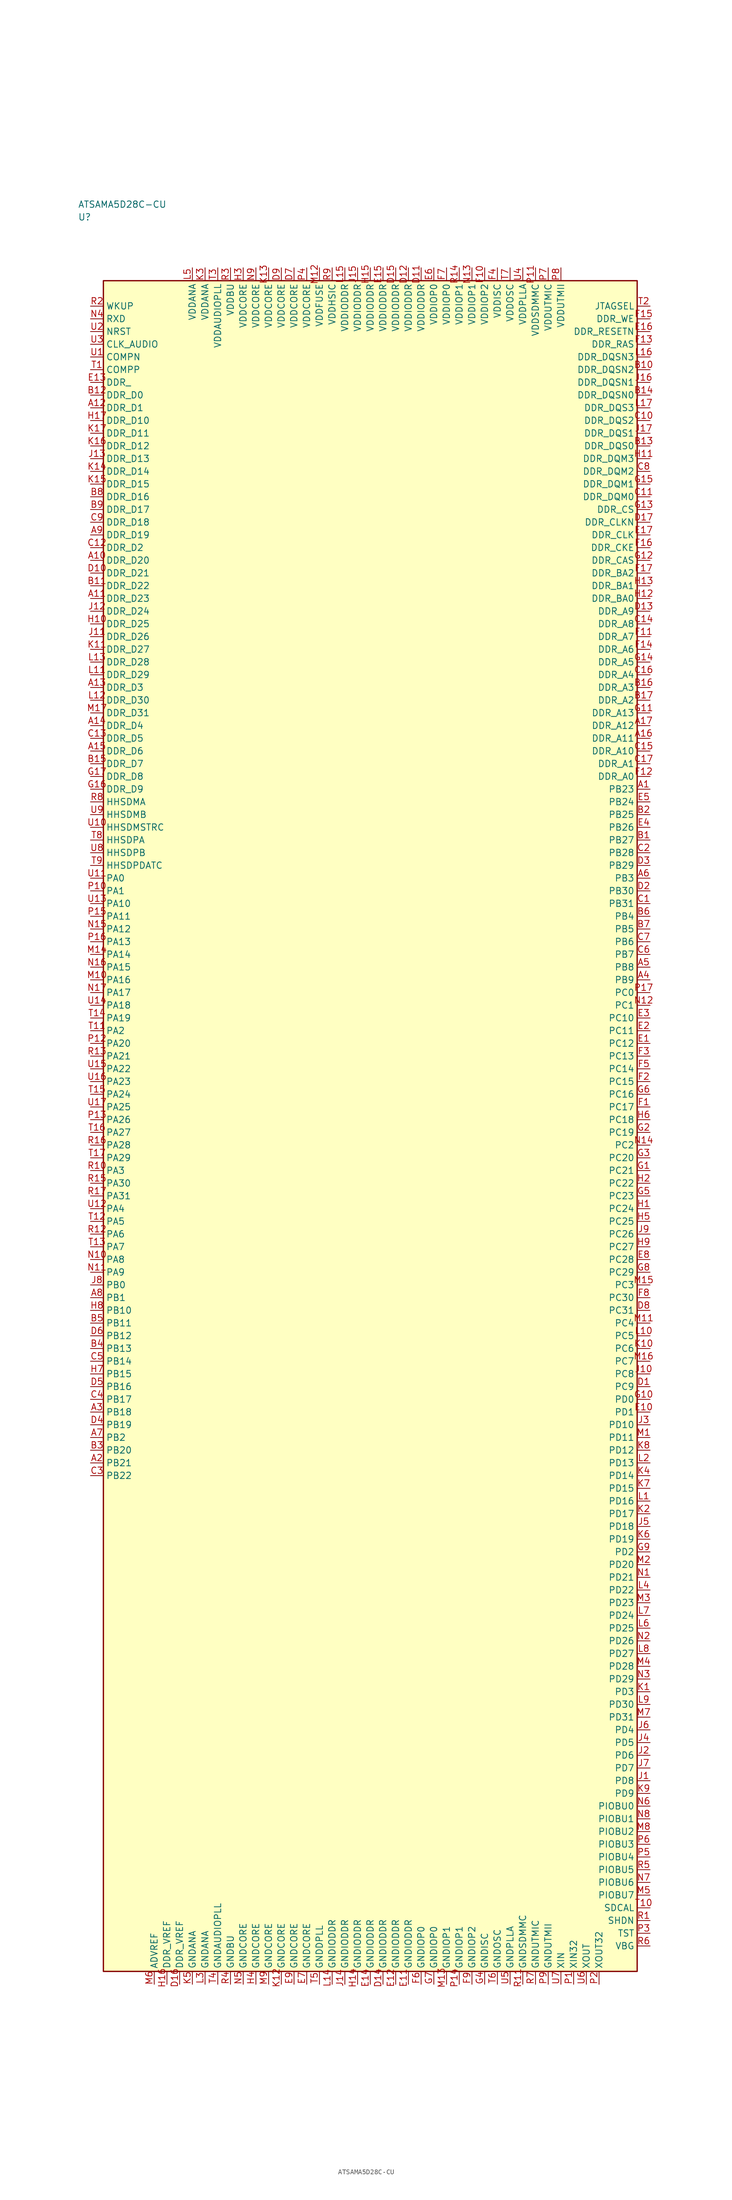
<source format=kicad_sym>
(kicad_symbol_lib
  (version 20241025)
  (generator "kicad_symbol_editor")
  (generator_version "8.0")
  (symbol "ATSAMA5D28C-CU"
    (property "Reference" "U"
      (at -57.5 178.75 0)
      (effects (font (size 1.27 1.27)) (justify left)))
    (property "Value" "ATSAMA5D28C-CU"
      (at -57.5 181.25 0)
      (effects (font (size 1.27 1.27)) (justify left)))
    (symbol "ATSAMA5D28C-CU_0_1"
      (rectangle (start -52.5 166.25) (end 52.5 -166.25) (stroke (width 0.254) (type default)) (fill (type background))))
    (symbol "ATSAMA5D28C-CU_1_1"
      (pin bidirectional line (at -55.04 48.75 0.0) (length 2.54) (name "PA0" (effects (font (size 1.27 1.27)))) (number "U11" (effects (font (size 1.27 1.27)))))
      (pin bidirectional line (at -55.04 46.25 0.0) (length 2.54) (name "PA1" (effects (font (size 1.27 1.27)))) (number "P10" (effects (font (size 1.27 1.27)))))
      (pin bidirectional line (at -55.04 18.75 0.0) (length 2.54) (name "PA2" (effects (font (size 1.27 1.27)))) (number "T11" (effects (font (size 1.27 1.27)))))
      (pin bidirectional line (at -55.04 -8.75 0.0) (length 2.54) (name "PA3" (effects (font (size 1.27 1.27)))) (number "R10" (effects (font (size 1.27 1.27)))))
      (pin bidirectional line (at -55.04 -16.25 0.0) (length 2.54) (name "PA4" (effects (font (size 1.27 1.27)))) (number "U12" (effects (font (size 1.27 1.27)))))
      (pin bidirectional line (at -55.04 -18.75 0.0) (length 2.54) (name "PA5" (effects (font (size 1.27 1.27)))) (number "T12" (effects (font (size 1.27 1.27)))))
      (pin bidirectional line (at -55.04 -21.25 0.0) (length 2.54) (name "PA6" (effects (font (size 1.27 1.27)))) (number "R12" (effects (font (size 1.27 1.27)))))
      (pin bidirectional line (at -55.04 -23.75 0.0) (length 2.54) (name "PA7" (effects (font (size 1.27 1.27)))) (number "T13" (effects (font (size 1.27 1.27)))))
      (pin bidirectional line (at -55.04 -26.25 0.0) (length 2.54) (name "PA8" (effects (font (size 1.27 1.27)))) (number "N10" (effects (font (size 1.27 1.27)))))
      (pin bidirectional line (at -55.04 -28.75 0.0) (length 2.54) (name "PA9" (effects (font (size 1.27 1.27)))) (number "N11" (effects (font (size 1.27 1.27)))))
      (pin bidirectional line (at -55.04 43.75 0.0) (length 2.54) (name "PA10" (effects (font (size 1.27 1.27)))) (number "U13" (effects (font (size 1.27 1.27)))))
      (pin bidirectional line (at -55.04 41.25 0.0) (length 2.54) (name "PA11" (effects (font (size 1.27 1.27)))) (number "P15" (effects (font (size 1.27 1.27)))))
      (pin bidirectional line (at -55.04 38.75 0.0) (length 2.54) (name "PA12" (effects (font (size 1.27 1.27)))) (number "N15" (effects (font (size 1.27 1.27)))))
      (pin bidirectional line (at -55.04 36.25 0.0) (length 2.54) (name "PA13" (effects (font (size 1.27 1.27)))) (number "P16" (effects (font (size 1.27 1.27)))))
      (pin bidirectional line (at -55.04 33.75 0.0) (length 2.54) (name "PA14" (effects (font (size 1.27 1.27)))) (number "M14" (effects (font (size 1.27 1.27)))))
      (pin bidirectional line (at -55.04 31.25 0.0) (length 2.54) (name "PA15" (effects (font (size 1.27 1.27)))) (number "N16" (effects (font (size 1.27 1.27)))))
      (pin bidirectional line (at -55.04 28.75 0.0) (length 2.54) (name "PA16" (effects (font (size 1.27 1.27)))) (number "M10" (effects (font (size 1.27 1.27)))))
      (pin bidirectional line (at -55.04 26.25 0.0) (length 2.54) (name "PA17" (effects (font (size 1.27 1.27)))) (number "N17" (effects (font (size 1.27 1.27)))))
      (pin bidirectional line (at -55.04 23.75 0.0) (length 2.54) (name "PA18" (effects (font (size 1.27 1.27)))) (number "U14" (effects (font (size 1.27 1.27)))))
      (pin bidirectional line (at -55.04 21.25 0.0) (length 2.54) (name "PA19" (effects (font (size 1.27 1.27)))) (number "T14" (effects (font (size 1.27 1.27)))))
      (pin bidirectional line (at -55.04 16.25 0.0) (length 2.54) (name "PA20" (effects (font (size 1.27 1.27)))) (number "P12" (effects (font (size 1.27 1.27)))))
      (pin bidirectional line (at -55.04 13.75 0.0) (length 2.54) (name "PA21" (effects (font (size 1.27 1.27)))) (number "R13" (effects (font (size 1.27 1.27)))))
      (pin bidirectional line (at -55.04 11.25 0.0) (length 2.54) (name "PA22" (effects (font (size 1.27 1.27)))) (number "U15" (effects (font (size 1.27 1.27)))))
      (pin bidirectional line (at -55.04 8.75 0.0) (length 2.54) (name "PA23" (effects (font (size 1.27 1.27)))) (number "U16" (effects (font (size 1.27 1.27)))))
      (pin bidirectional line (at -55.04 6.25 0.0) (length 2.54) (name "PA24" (effects (font (size 1.27 1.27)))) (number "T15" (effects (font (size 1.27 1.27)))))
      (pin bidirectional line (at -55.04 3.75 0.0) (length 2.54) (name "PA25" (effects (font (size 1.27 1.27)))) (number "U17" (effects (font (size 1.27 1.27)))))
      (pin bidirectional line (at -55.04 1.25 0.0) (length 2.54) (name "PA26" (effects (font (size 1.27 1.27)))) (number "P13" (effects (font (size 1.27 1.27)))))
      (pin bidirectional line (at -55.04 -1.25 0.0) (length 2.54) (name "PA27" (effects (font (size 1.27 1.27)))) (number "T16" (effects (font (size 1.27 1.27)))))
      (pin bidirectional line (at -55.04 -3.75 0.0) (length 2.54) (name "PA28" (effects (font (size 1.27 1.27)))) (number "R16" (effects (font (size 1.27 1.27)))))
      (pin bidirectional line (at -55.04 -6.25 0.0) (length 2.54) (name "PA29" (effects (font (size 1.27 1.27)))) (number "T17" (effects (font (size 1.27 1.27)))))
      (pin bidirectional line (at -55.04 -11.25 0.0) (length 2.54) (name "PA30" (effects (font (size 1.27 1.27)))) (number "R15" (effects (font (size 1.27 1.27)))))
      (pin bidirectional line (at -55.04 -13.75 0.0) (length 2.54) (name "PA31" (effects (font (size 1.27 1.27)))) (number "R17" (effects (font (size 1.27 1.27)))))
      (pin bidirectional line (at -55.04 -31.25 0.0) (length 2.54) (name "PB0" (effects (font (size 1.27 1.27)))) (number "J8" (effects (font (size 1.27 1.27)))))
      (pin bidirectional line (at -55.04 -33.75 0.0) (length 2.54) (name "PB1" (effects (font (size 1.27 1.27)))) (number "A8" (effects (font (size 1.27 1.27)))))
      (pin bidirectional line (at -55.04 -61.25 0.0) (length 2.54) (name "PB2" (effects (font (size 1.27 1.27)))) (number "A7" (effects (font (size 1.27 1.27)))))
      (pin bidirectional line (at 55.04 48.75 180.0) (length 2.54) (name "PB3" (effects (font (size 1.27 1.27)))) (number "A6" (effects (font (size 1.27 1.27)))))
      (pin bidirectional line (at 55.04 41.25 180.0) (length 2.54) (name "PB4" (effects (font (size 1.27 1.27)))) (number "B6" (effects (font (size 1.27 1.27)))))
      (pin bidirectional line (at 55.04 38.75 180.0) (length 2.54) (name "PB5" (effects (font (size 1.27 1.27)))) (number "B7" (effects (font (size 1.27 1.27)))))
      (pin bidirectional line (at 55.04 36.25 180.0) (length 2.54) (name "PB6" (effects (font (size 1.27 1.27)))) (number "C7" (effects (font (size 1.27 1.27)))))
      (pin bidirectional line (at 55.04 33.75 180.0) (length 2.54) (name "PB7" (effects (font (size 1.27 1.27)))) (number "C6" (effects (font (size 1.27 1.27)))))
      (pin bidirectional line (at 55.04 31.25 180.0) (length 2.54) (name "PB8" (effects (font (size 1.27 1.27)))) (number "A5" (effects (font (size 1.27 1.27)))))
      (pin bidirectional line (at 55.04 28.75 180.0) (length 2.54) (name "PB9" (effects (font (size 1.27 1.27)))) (number "A4" (effects (font (size 1.27 1.27)))))
      (pin bidirectional line (at -55.04 -36.25 0.0) (length 2.54) (name "PB10" (effects (font (size 1.27 1.27)))) (number "H8" (effects (font (size 1.27 1.27)))))
      (pin bidirectional line (at -55.04 -38.75 0.0) (length 2.54) (name "PB11" (effects (font (size 1.27 1.27)))) (number "B5" (effects (font (size 1.27 1.27)))))
      (pin bidirectional line (at -55.04 -41.25 0.0) (length 2.54) (name "PB12" (effects (font (size 1.27 1.27)))) (number "D6" (effects (font (size 1.27 1.27)))))
      (pin bidirectional line (at -55.04 -43.75 0.0) (length 2.54) (name "PB13" (effects (font (size 1.27 1.27)))) (number "B4" (effects (font (size 1.27 1.27)))))
      (pin bidirectional line (at -55.04 -46.25 0.0) (length 2.54) (name "PB14" (effects (font (size 1.27 1.27)))) (number "C5" (effects (font (size 1.27 1.27)))))
      (pin bidirectional line (at -55.04 -48.75 0.0) (length 2.54) (name "PB15" (effects (font (size 1.27 1.27)))) (number "H7" (effects (font (size 1.27 1.27)))))
      (pin bidirectional line (at -55.04 -51.25 0.0) (length 2.54) (name "PB16" (effects (font (size 1.27 1.27)))) (number "D5" (effects (font (size 1.27 1.27)))))
      (pin bidirectional line (at -55.04 -53.75 0.0) (length 2.54) (name "PB17" (effects (font (size 1.27 1.27)))) (number "C4" (effects (font (size 1.27 1.27)))))
      (pin bidirectional line (at -55.04 -56.25 0.0) (length 2.54) (name "PB18" (effects (font (size 1.27 1.27)))) (number "A3" (effects (font (size 1.27 1.27)))))
      (pin bidirectional line (at -55.04 -58.75 0.0) (length 2.54) (name "PB19" (effects (font (size 1.27 1.27)))) (number "D4" (effects (font (size 1.27 1.27)))))
      (pin bidirectional line (at -55.04 -63.75 0.0) (length 2.54) (name "PB20" (effects (font (size 1.27 1.27)))) (number "B3" (effects (font (size 1.27 1.27)))))
      (pin bidirectional line (at -55.04 -66.25 0.0) (length 2.54) (name "PB21" (effects (font (size 1.27 1.27)))) (number "A2" (effects (font (size 1.27 1.27)))))
      (pin bidirectional line (at -55.04 -68.75 0.0) (length 2.54) (name "PB22" (effects (font (size 1.27 1.27)))) (number "C3" (effects (font (size 1.27 1.27)))))
      (pin bidirectional line (at 55.04 66.25 180.0) (length 2.54) (name "PB23" (effects (font (size 1.27 1.27)))) (number "A1" (effects (font (size 1.27 1.27)))))
      (pin bidirectional line (at 55.04 63.75 180.0) (length 2.54) (name "PB24" (effects (font (size 1.27 1.27)))) (number "E5" (effects (font (size 1.27 1.27)))))
      (pin bidirectional line (at 55.04 61.25 180.0) (length 2.54) (name "PB25" (effects (font (size 1.27 1.27)))) (number "B2" (effects (font (size 1.27 1.27)))))
      (pin bidirectional line (at 55.04 58.75 180.0) (length 2.54) (name "PB26" (effects (font (size 1.27 1.27)))) (number "E4" (effects (font (size 1.27 1.27)))))
      (pin bidirectional line (at 55.04 56.25 180.0) (length 2.54) (name "PB27" (effects (font (size 1.27 1.27)))) (number "B1" (effects (font (size 1.27 1.27)))))
      (pin bidirectional line (at 55.04 53.75 180.0) (length 2.54) (name "PB28" (effects (font (size 1.27 1.27)))) (number "C2" (effects (font (size 1.27 1.27)))))
      (pin bidirectional line (at 55.04 51.25 180.0) (length 2.54) (name "PB29" (effects (font (size 1.27 1.27)))) (number "D3" (effects (font (size 1.27 1.27)))))
      (pin bidirectional line (at 55.04 46.25 180.0) (length 2.54) (name "PB30" (effects (font (size 1.27 1.27)))) (number "D2" (effects (font (size 1.27 1.27)))))
      (pin bidirectional line (at 55.04 43.75 180.0) (length 2.54) (name "PB31" (effects (font (size 1.27 1.27)))) (number "C1" (effects (font (size 1.27 1.27)))))
      (pin bidirectional line (at 55.04 26.25 180.0) (length 2.54) (name "PC0" (effects (font (size 1.27 1.27)))) (number "P17" (effects (font (size 1.27 1.27)))))
      (pin bidirectional line (at 55.04 23.75 180.0) (length 2.54) (name "PC1" (effects (font (size 1.27 1.27)))) (number "N12" (effects (font (size 1.27 1.27)))))
      (pin bidirectional line (at 55.04 -3.75 180.0) (length 2.54) (name "PC2" (effects (font (size 1.27 1.27)))) (number "N14" (effects (font (size 1.27 1.27)))))
      (pin bidirectional line (at 55.04 -31.25 180.0) (length 2.54) (name "PC3" (effects (font (size 1.27 1.27)))) (number "M15" (effects (font (size 1.27 1.27)))))
      (pin bidirectional line (at 55.04 -38.75 180.0) (length 2.54) (name "PC4" (effects (font (size 1.27 1.27)))) (number "M11" (effects (font (size 1.27 1.27)))))
      (pin bidirectional line (at 55.04 -41.25 180.0) (length 2.54) (name "PC5" (effects (font (size 1.27 1.27)))) (number "L10" (effects (font (size 1.27 1.27)))))
      (pin bidirectional line (at 55.04 -43.75 180.0) (length 2.54) (name "PC6" (effects (font (size 1.27 1.27)))) (number "K10" (effects (font (size 1.27 1.27)))))
      (pin bidirectional line (at 55.04 -46.25 180.0) (length 2.54) (name "PC7" (effects (font (size 1.27 1.27)))) (number "M16" (effects (font (size 1.27 1.27)))))
      (pin bidirectional line (at 55.04 -48.75 180.0) (length 2.54) (name "PC8" (effects (font (size 1.27 1.27)))) (number "J10" (effects (font (size 1.27 1.27)))))
      (pin bidirectional line (at 55.04 -51.25 180.0) (length 2.54) (name "PC9" (effects (font (size 1.27 1.27)))) (number "D1" (effects (font (size 1.27 1.27)))))
      (pin bidirectional line (at 55.04 21.25 180.0) (length 2.54) (name "PC10" (effects (font (size 1.27 1.27)))) (number "E3" (effects (font (size 1.27 1.27)))))
      (pin bidirectional line (at 55.04 18.75 180.0) (length 2.54) (name "PC11" (effects (font (size 1.27 1.27)))) (number "E2" (effects (font (size 1.27 1.27)))))
      (pin bidirectional line (at 55.04 16.25 180.0) (length 2.54) (name "PC12" (effects (font (size 1.27 1.27)))) (number "E1" (effects (font (size 1.27 1.27)))))
      (pin bidirectional line (at 55.04 13.75 180.0) (length 2.54) (name "PC13" (effects (font (size 1.27 1.27)))) (number "F3" (effects (font (size 1.27 1.27)))))
      (pin bidirectional line (at 55.04 11.25 180.0) (length 2.54) (name "PC14" (effects (font (size 1.27 1.27)))) (number "F5" (effects (font (size 1.27 1.27)))))
      (pin bidirectional line (at 55.04 8.75 180.0) (length 2.54) (name "PC15" (effects (font (size 1.27 1.27)))) (number "F2" (effects (font (size 1.27 1.27)))))
      (pin bidirectional line (at 55.04 6.25 180.0) (length 2.54) (name "PC16" (effects (font (size 1.27 1.27)))) (number "G6" (effects (font (size 1.27 1.27)))))
      (pin bidirectional line (at 55.04 3.75 180.0) (length 2.54) (name "PC17" (effects (font (size 1.27 1.27)))) (number "F1" (effects (font (size 1.27 1.27)))))
      (pin bidirectional line (at 55.04 1.25 180.0) (length 2.54) (name "PC18" (effects (font (size 1.27 1.27)))) (number "H6" (effects (font (size 1.27 1.27)))))
      (pin bidirectional line (at 55.04 -1.25 180.0) (length 2.54) (name "PC19" (effects (font (size 1.27 1.27)))) (number "G2" (effects (font (size 1.27 1.27)))))
      (pin bidirectional line (at 55.04 -6.25 180.0) (length 2.54) (name "PC20" (effects (font (size 1.27 1.27)))) (number "G3" (effects (font (size 1.27 1.27)))))
      (pin bidirectional line (at 55.04 -8.75 180.0) (length 2.54) (name "PC21" (effects (font (size 1.27 1.27)))) (number "G1" (effects (font (size 1.27 1.27)))))
      (pin bidirectional line (at 55.04 -11.25 180.0) (length 2.54) (name "PC22" (effects (font (size 1.27 1.27)))) (number "H2" (effects (font (size 1.27 1.27)))))
      (pin bidirectional line (at 55.04 -13.75 180.0) (length 2.54) (name "PC23" (effects (font (size 1.27 1.27)))) (number "G5" (effects (font (size 1.27 1.27)))))
      (pin bidirectional line (at 55.04 -16.25 180.0) (length 2.54) (name "PC24" (effects (font (size 1.27 1.27)))) (number "H1" (effects (font (size 1.27 1.27)))))
      (pin bidirectional line (at 55.04 -18.75 180.0) (length 2.54) (name "PC25" (effects (font (size 1.27 1.27)))) (number "H5" (effects (font (size 1.27 1.27)))))
      (pin bidirectional line (at 55.04 -21.25 180.0) (length 2.54) (name "PC26" (effects (font (size 1.27 1.27)))) (number "J9" (effects (font (size 1.27 1.27)))))
      (pin bidirectional line (at 55.04 -23.75 180.0) (length 2.54) (name "PC27" (effects (font (size 1.27 1.27)))) (number "H9" (effects (font (size 1.27 1.27)))))
      (pin bidirectional line (at 55.04 -26.25 180.0) (length 2.54) (name "PC28" (effects (font (size 1.27 1.27)))) (number "E8" (effects (font (size 1.27 1.27)))))
      (pin bidirectional line (at 55.04 -28.75 180.0) (length 2.54) (name "PC29" (effects (font (size 1.27 1.27)))) (number "G8" (effects (font (size 1.27 1.27)))))
      (pin bidirectional line (at 55.04 -33.75 180.0) (length 2.54) (name "PC30" (effects (font (size 1.27 1.27)))) (number "F8" (effects (font (size 1.27 1.27)))))
      (pin bidirectional line (at 55.04 -36.25 180.0) (length 2.54) (name "PC31" (effects (font (size 1.27 1.27)))) (number "D8" (effects (font (size 1.27 1.27)))))
      (pin bidirectional line (at 55.04 -53.75 180.0) (length 2.54) (name "PD0" (effects (font (size 1.27 1.27)))) (number "G10" (effects (font (size 1.27 1.27)))))
      (pin bidirectional line (at 55.04 -56.25 180.0) (length 2.54) (name "PD1" (effects (font (size 1.27 1.27)))) (number "E10" (effects (font (size 1.27 1.27)))))
      (pin bidirectional line (at 55.04 -83.75 180.0) (length 2.54) (name "PD2" (effects (font (size 1.27 1.27)))) (number "G9" (effects (font (size 1.27 1.27)))))
      (pin bidirectional line (at 55.04 -111.25 180.0) (length 2.54) (name "PD3" (effects (font (size 1.27 1.27)))) (number "K1" (effects (font (size 1.27 1.27)))))
      (pin bidirectional line (at 55.04 -118.75 180.0) (length 2.54) (name "PD4" (effects (font (size 1.27 1.27)))) (number "J6" (effects (font (size 1.27 1.27)))))
      (pin bidirectional line (at 55.04 -121.25 180.0) (length 2.54) (name "PD5" (effects (font (size 1.27 1.27)))) (number "J4" (effects (font (size 1.27 1.27)))))
      (pin bidirectional line (at 55.04 -123.75 180.0) (length 2.54) (name "PD6" (effects (font (size 1.27 1.27)))) (number "J2" (effects (font (size 1.27 1.27)))))
      (pin bidirectional line (at 55.04 -126.25 180.0) (length 2.54) (name "PD7" (effects (font (size 1.27 1.27)))) (number "J7" (effects (font (size 1.27 1.27)))))
      (pin bidirectional line (at 55.04 -128.75 180.0) (length 2.54) (name "PD8" (effects (font (size 1.27 1.27)))) (number "J1" (effects (font (size 1.27 1.27)))))
      (pin bidirectional line (at 55.04 -131.25 180.0) (length 2.54) (name "PD9" (effects (font (size 1.27 1.27)))) (number "K9" (effects (font (size 1.27 1.27)))))
      (pin bidirectional line (at 55.04 -58.75 180.0) (length 2.54) (name "PD10" (effects (font (size 1.27 1.27)))) (number "J3" (effects (font (size 1.27 1.27)))))
      (pin bidirectional line (at 55.04 -61.25 180.0) (length 2.54) (name "PD11" (effects (font (size 1.27 1.27)))) (number "M1" (effects (font (size 1.27 1.27)))))
      (pin bidirectional line (at 55.04 -63.75 180.0) (length 2.54) (name "PD12" (effects (font (size 1.27 1.27)))) (number "K8" (effects (font (size 1.27 1.27)))))
      (pin bidirectional line (at 55.04 -66.25 180.0) (length 2.54) (name "PD13" (effects (font (size 1.27 1.27)))) (number "L2" (effects (font (size 1.27 1.27)))))
      (pin bidirectional line (at 55.04 -68.75 180.0) (length 2.54) (name "PD14" (effects (font (size 1.27 1.27)))) (number "K4" (effects (font (size 1.27 1.27)))))
      (pin bidirectional line (at 55.04 -71.25 180.0) (length 2.54) (name "PD15" (effects (font (size 1.27 1.27)))) (number "K7" (effects (font (size 1.27 1.27)))))
      (pin bidirectional line (at 55.04 -73.75 180.0) (length 2.54) (name "PD16" (effects (font (size 1.27 1.27)))) (number "L1" (effects (font (size 1.27 1.27)))))
      (pin bidirectional line (at 55.04 -76.25 180.0) (length 2.54) (name "PD17" (effects (font (size 1.27 1.27)))) (number "K2" (effects (font (size 1.27 1.27)))))
      (pin bidirectional line (at 55.04 -78.75 180.0) (length 2.54) (name "PD18" (effects (font (size 1.27 1.27)))) (number "J5" (effects (font (size 1.27 1.27)))))
      (pin bidirectional line (at 55.04 -81.25 180.0) (length 2.54) (name "PD19" (effects (font (size 1.27 1.27)))) (number "K6" (effects (font (size 1.27 1.27)))))
      (pin bidirectional line (at 55.04 -86.25 180.0) (length 2.54) (name "PD20" (effects (font (size 1.27 1.27)))) (number "M2" (effects (font (size 1.27 1.27)))))
      (pin bidirectional line (at 55.04 -88.75 180.0) (length 2.54) (name "PD21" (effects (font (size 1.27 1.27)))) (number "N1" (effects (font (size 1.27 1.27)))))
      (pin bidirectional line (at 55.04 -91.25 180.0) (length 2.54) (name "PD22" (effects (font (size 1.27 1.27)))) (number "L4" (effects (font (size 1.27 1.27)))))
      (pin bidirectional line (at 55.04 -93.75 180.0) (length 2.54) (name "PD23" (effects (font (size 1.27 1.27)))) (number "M3" (effects (font (size 1.27 1.27)))))
      (pin bidirectional line (at 55.04 -96.25 180.0) (length 2.54) (name "PD24" (effects (font (size 1.27 1.27)))) (number "L7" (effects (font (size 1.27 1.27)))))
      (pin bidirectional line (at 55.04 -98.75 180.0) (length 2.54) (name "PD25" (effects (font (size 1.27 1.27)))) (number "L6" (effects (font (size 1.27 1.27)))))
      (pin bidirectional line (at 55.04 -101.25 180.0) (length 2.54) (name "PD26" (effects (font (size 1.27 1.27)))) (number "N2" (effects (font (size 1.27 1.27)))))
      (pin bidirectional line (at 55.04 -103.75 180.0) (length 2.54) (name "PD27" (effects (font (size 1.27 1.27)))) (number "L8" (effects (font (size 1.27 1.27)))))
      (pin bidirectional line (at 55.04 -106.25 180.0) (length 2.54) (name "PD28" (effects (font (size 1.27 1.27)))) (number "M4" (effects (font (size 1.27 1.27)))))
      (pin bidirectional line (at 55.04 -108.75 180.0) (length 2.54) (name "PD29" (effects (font (size 1.27 1.27)))) (number "N3" (effects (font (size 1.27 1.27)))))
      (pin bidirectional line (at 55.04 -113.75 180.0) (length 2.54) (name "PD30" (effects (font (size 1.27 1.27)))) (number "L9" (effects (font (size 1.27 1.27)))))
      (pin bidirectional line (at 55.04 -116.25 180.0) (length 2.54) (name "PD31" (effects (font (size 1.27 1.27)))) (number "M7" (effects (font (size 1.27 1.27)))))
      (pin power_in line (at -35.0 168.79 270.0) (length 2.54) (name "VDDANA" (effects (font (size 1.27 1.27)))) (number "L5" (effects (font (size 1.27 1.27)))))
      (pin passive line (at -35.0 -168.79 90.0) (length 2.54) (name "GNDANA" (effects (font (size 1.27 1.27)))) (number "K5" (effects (font (size 1.27 1.27)))))
      (pin passive line (at -42.5 -168.79 90.0) (length 2.54) (name "ADVREF" (effects (font (size 1.27 1.27)))) (number "M6" (effects (font (size 1.27 1.27)))))
      (pin power_in line (at -32.5 168.79 270.0) (length 2.54) (name "VDDANA" (effects (font (size 1.27 1.27)))) (number "K3" (effects (font (size 1.27 1.27)))))
      (pin passive line (at -32.5 -168.79 90.0) (length 2.54) (name "GNDANA" (effects (font (size 1.27 1.27)))) (number "L3" (effects (font (size 1.27 1.27)))))
      (pin passive line (at -40.0 -168.79 90.0) (length 2.54) (name "DDR_VREF" (effects (font (size 1.27 1.27)))) (number "H16" (effects (font (size 1.27 1.27)))))
      (pin passive line (at -37.5 -168.79 90.0) (length 2.54) (name "DDR_VREF" (effects (font (size 1.27 1.27)))) (number "D16" (effects (font (size 1.27 1.27)))))
      (pin bidirectional line (at -55.04 143.75 0.0) (length 2.54) (name "DDR_D0" (effects (font (size 1.27 1.27)))) (number "B12" (effects (font (size 1.27 1.27)))))
      (pin bidirectional line (at -55.04 141.25 0.0) (length 2.54) (name "DDR_D1" (effects (font (size 1.27 1.27)))) (number "A12" (effects (font (size 1.27 1.27)))))
      (pin bidirectional line (at -55.04 113.75 0.0) (length 2.54) (name "DDR_D2" (effects (font (size 1.27 1.27)))) (number "C12" (effects (font (size 1.27 1.27)))))
      (pin bidirectional line (at -55.04 86.25 0.0) (length 2.54) (name "DDR_D3" (effects (font (size 1.27 1.27)))) (number "A13" (effects (font (size 1.27 1.27)))))
      (pin bidirectional line (at -55.04 78.75 0.0) (length 2.54) (name "DDR_D4" (effects (font (size 1.27 1.27)))) (number "A14" (effects (font (size 1.27 1.27)))))
      (pin bidirectional line (at -55.04 76.25 0.0) (length 2.54) (name "DDR_D5" (effects (font (size 1.27 1.27)))) (number "C13" (effects (font (size 1.27 1.27)))))
      (pin bidirectional line (at -55.04 73.75 0.0) (length 2.54) (name "DDR_D6" (effects (font (size 1.27 1.27)))) (number "A15" (effects (font (size 1.27 1.27)))))
      (pin bidirectional line (at -55.04 71.25 0.0) (length 2.54) (name "DDR_D7" (effects (font (size 1.27 1.27)))) (number "B15" (effects (font (size 1.27 1.27)))))
      (pin bidirectional line (at -55.04 68.75 0.0) (length 2.54) (name "DDR_D8" (effects (font (size 1.27 1.27)))) (number "G17" (effects (font (size 1.27 1.27)))))
      (pin bidirectional line (at -55.04 66.25 0.0) (length 2.54) (name "DDR_D9" (effects (font (size 1.27 1.27)))) (number "G16" (effects (font (size 1.27 1.27)))))
      (pin bidirectional line (at -55.04 138.75 0.0) (length 2.54) (name "DDR_D10" (effects (font (size 1.27 1.27)))) (number "H17" (effects (font (size 1.27 1.27)))))
      (pin bidirectional line (at -55.04 136.25 0.0) (length 2.54) (name "DDR_D11" (effects (font (size 1.27 1.27)))) (number "K17" (effects (font (size 1.27 1.27)))))
      (pin bidirectional line (at -55.04 133.75 0.0) (length 2.54) (name "DDR_D12" (effects (font (size 1.27 1.27)))) (number "K16" (effects (font (size 1.27 1.27)))))
      (pin bidirectional line (at -55.04 131.25 0.0) (length 2.54) (name "DDR_D13" (effects (font (size 1.27 1.27)))) (number "J13" (effects (font (size 1.27 1.27)))))
      (pin bidirectional line (at -55.04 128.75 0.0) (length 2.54) (name "DDR_D14" (effects (font (size 1.27 1.27)))) (number "K14" (effects (font (size 1.27 1.27)))))
      (pin bidirectional line (at -55.04 126.25 0.0) (length 2.54) (name "DDR_D15" (effects (font (size 1.27 1.27)))) (number "K15" (effects (font (size 1.27 1.27)))))
      (pin bidirectional line (at -55.04 123.75 0.0) (length 2.54) (name "DDR_D16" (effects (font (size 1.27 1.27)))) (number "B8" (effects (font (size 1.27 1.27)))))
      (pin bidirectional line (at -55.04 121.25 0.0) (length 2.54) (name "DDR_D17" (effects (font (size 1.27 1.27)))) (number "B9" (effects (font (size 1.27 1.27)))))
      (pin bidirectional line (at -55.04 118.75 0.0) (length 2.54) (name "DDR_D18" (effects (font (size 1.27 1.27)))) (number "C9" (effects (font (size 1.27 1.27)))))
      (pin bidirectional line (at -55.04 116.25 0.0) (length 2.54) (name "DDR_D19" (effects (font (size 1.27 1.27)))) (number "A9" (effects (font (size 1.27 1.27)))))
      (pin bidirectional line (at -55.04 111.25 0.0) (length 2.54) (name "DDR_D20" (effects (font (size 1.27 1.27)))) (number "A10" (effects (font (size 1.27 1.27)))))
      (pin bidirectional line (at -55.04 108.75 0.0) (length 2.54) (name "DDR_D21" (effects (font (size 1.27 1.27)))) (number "D10" (effects (font (size 1.27 1.27)))))
      (pin bidirectional line (at -55.04 106.25 0.0) (length 2.54) (name "DDR_D22" (effects (font (size 1.27 1.27)))) (number "B11" (effects (font (size 1.27 1.27)))))
      (pin bidirectional line (at -55.04 103.75 0.0) (length 2.54) (name "DDR_D23" (effects (font (size 1.27 1.27)))) (number "A11" (effects (font (size 1.27 1.27)))))
      (pin bidirectional line (at -55.04 101.25 0.0) (length 2.54) (name "DDR_D24" (effects (font (size 1.27 1.27)))) (number "J12" (effects (font (size 1.27 1.27)))))
      (pin bidirectional line (at -55.04 98.75 0.0) (length 2.54) (name "DDR_D25" (effects (font (size 1.27 1.27)))) (number "H10" (effects (font (size 1.27 1.27)))))
      (pin bidirectional line (at -55.04 96.25 0.0) (length 2.54) (name "DDR_D26" (effects (font (size 1.27 1.27)))) (number "J11" (effects (font (size 1.27 1.27)))))
      (pin bidirectional line (at -55.04 93.75 0.0) (length 2.54) (name "DDR_D27" (effects (font (size 1.27 1.27)))) (number "K11" (effects (font (size 1.27 1.27)))))
      (pin bidirectional line (at -55.04 91.25 0.0) (length 2.54) (name "DDR_D28" (effects (font (size 1.27 1.27)))) (number "L13" (effects (font (size 1.27 1.27)))))
      (pin bidirectional line (at -55.04 88.75 0.0) (length 2.54) (name "DDR_D29" (effects (font (size 1.27 1.27)))) (number "L11" (effects (font (size 1.27 1.27)))))
      (pin bidirectional line (at -55.04 83.75 0.0) (length 2.54) (name "DDR_D30" (effects (font (size 1.27 1.27)))) (number "L12" (effects (font (size 1.27 1.27)))))
      (pin bidirectional line (at -55.04 81.25 0.0) (length 2.54) (name "DDR_D31" (effects (font (size 1.27 1.27)))) (number "M17" (effects (font (size 1.27 1.27)))))
      (pin output line (at 55.04 68.75 180.0) (length 2.54) (name "DDR_A0" (effects (font (size 1.27 1.27)))) (number "F12" (effects (font (size 1.27 1.27)))))
      (pin output line (at 55.04 71.25 180.0) (length 2.54) (name "DDR_A1" (effects (font (size 1.27 1.27)))) (number "C17" (effects (font (size 1.27 1.27)))))
      (pin output line (at 55.04 83.75 180.0) (length 2.54) (name "DDR_A2" (effects (font (size 1.27 1.27)))) (number "B17" (effects (font (size 1.27 1.27)))))
      (pin output line (at 55.04 86.25 180.0) (length 2.54) (name "DDR_A3" (effects (font (size 1.27 1.27)))) (number "B16" (effects (font (size 1.27 1.27)))))
      (pin output line (at 55.04 88.75 180.0) (length 2.54) (name "DDR_A4" (effects (font (size 1.27 1.27)))) (number "C16" (effects (font (size 1.27 1.27)))))
      (pin output line (at 55.04 91.25 180.0) (length 2.54) (name "DDR_A5" (effects (font (size 1.27 1.27)))) (number "G14" (effects (font (size 1.27 1.27)))))
      (pin output line (at 55.04 93.75 180.0) (length 2.54) (name "DDR_A6" (effects (font (size 1.27 1.27)))) (number "F14" (effects (font (size 1.27 1.27)))))
      (pin output line (at 55.04 96.25 180.0) (length 2.54) (name "DDR_A7" (effects (font (size 1.27 1.27)))) (number "F11" (effects (font (size 1.27 1.27)))))
      (pin output line (at 55.04 98.75 180.0) (length 2.54) (name "DDR_A8" (effects (font (size 1.27 1.27)))) (number "C14" (effects (font (size 1.27 1.27)))))
      (pin output line (at 55.04 101.25 180.0) (length 2.54) (name "DDR_A9" (effects (font (size 1.27 1.27)))) (number "D13" (effects (font (size 1.27 1.27)))))
      (pin output line (at 55.04 73.75 180.0) (length 2.54) (name "DDR_A10" (effects (font (size 1.27 1.27)))) (number "C15" (effects (font (size 1.27 1.27)))))
      (pin output line (at 55.04 76.25 180.0) (length 2.54) (name "DDR_A11" (effects (font (size 1.27 1.27)))) (number "A16" (effects (font (size 1.27 1.27)))))
      (pin output line (at 55.04 78.75 180.0) (length 2.54) (name "DDR_A12" (effects (font (size 1.27 1.27)))) (number "A17" (effects (font (size 1.27 1.27)))))
      (pin output line (at 55.04 81.25 180.0) (length 2.54) (name "DDR_A13" (effects (font (size 1.27 1.27)))) (number "G11" (effects (font (size 1.27 1.27)))))
      (pin output line (at 55.04 116.25 180.0) (length 2.54) (name "DDR_CLK" (effects (font (size 1.27 1.27)))) (number "E17" (effects (font (size 1.27 1.27)))))
      (pin output line (at 55.04 118.75 180.0) (length 2.54) (name "DDR_CLKN" (effects (font (size 1.27 1.27)))) (number "D17" (effects (font (size 1.27 1.27)))))
      (pin output line (at 55.04 113.75 180.0) (length 2.54) (name "DDR_CKE" (effects (font (size 1.27 1.27)))) (number "F16" (effects (font (size 1.27 1.27)))))
      (pin output line (at 55.04 156.25 180.0) (length 2.54) (name "DDR_RESETN" (effects (font (size 1.27 1.27)))) (number "E16" (effects (font (size 1.27 1.27)))))
      (pin output line (at 55.04 121.25 180.0) (length 2.54) (name "DDR_CS" (effects (font (size 1.27 1.27)))) (number "G13" (effects (font (size 1.27 1.27)))))
      (pin output line (at 55.04 158.75 180.0) (length 2.54) (name "DDR_WE" (effects (font (size 1.27 1.27)))) (number "F15" (effects (font (size 1.27 1.27)))))
      (pin output line (at 55.04 153.75 180.0) (length 2.54) (name "DDR_RAS" (effects (font (size 1.27 1.27)))) (number "F13" (effects (font (size 1.27 1.27)))))
      (pin output line (at 55.04 111.25 180.0) (length 2.54) (name "DDR_CAS" (effects (font (size 1.27 1.27)))) (number "G12" (effects (font (size 1.27 1.27)))))
      (pin output line (at 55.04 123.75 180.0) (length 2.54) (name "DDR_DQM0" (effects (font (size 1.27 1.27)))) (number "C11" (effects (font (size 1.27 1.27)))))
      (pin output line (at 55.04 126.25 180.0) (length 2.54) (name "DDR_DQM1" (effects (font (size 1.27 1.27)))) (number "G15" (effects (font (size 1.27 1.27)))))
      (pin output line (at 55.04 128.75 180.0) (length 2.54) (name "DDR_DQM2" (effects (font (size 1.27 1.27)))) (number "C8" (effects (font (size 1.27 1.27)))))
      (pin output line (at 55.04 131.25 180.0) (length 2.54) (name "DDR_DQM3" (effects (font (size 1.27 1.27)))) (number "H11" (effects (font (size 1.27 1.27)))))
      (pin output line (at 55.04 133.75 180.0) (length 2.54) (name "DDR_DQS0" (effects (font (size 1.27 1.27)))) (number "B13" (effects (font (size 1.27 1.27)))))
      (pin output line (at 55.04 136.25 180.0) (length 2.54) (name "DDR_DQS1" (effects (font (size 1.27 1.27)))) (number "J17" (effects (font (size 1.27 1.27)))))
      (pin output line (at 55.04 138.75 180.0) (length 2.54) (name "DDR_DQS2" (effects (font (size 1.27 1.27)))) (number "C10" (effects (font (size 1.27 1.27)))))
      (pin output line (at 55.04 141.25 180.0) (length 2.54) (name "DDR_DQS3" (effects (font (size 1.27 1.27)))) (number "L17" (effects (font (size 1.27 1.27)))))
      (pin output line (at 55.04 143.75 180.0) (length 2.54) (name "DDR_DQSN0" (effects (font (size 1.27 1.27)))) (number "B14" (effects (font (size 1.27 1.27)))))
      (pin output line (at 55.04 146.25 180.0) (length 2.54) (name "DDR_DQSN1" (effects (font (size 1.27 1.27)))) (number "J16" (effects (font (size 1.27 1.27)))))
      (pin output line (at 55.04 148.75 180.0) (length 2.54) (name "DDR_DQSN2" (effects (font (size 1.27 1.27)))) (number "B10" (effects (font (size 1.27 1.27)))))
      (pin output line (at 55.04 151.25 180.0) (length 2.54) (name "DDR_DQSN3" (effects (font (size 1.27 1.27)))) (number "L16" (effects (font (size 1.27 1.27)))))
      (pin output line (at 55.04 103.75 180.0) (length 2.54) (name "DDR_BA0" (effects (font (size 1.27 1.27)))) (number "H12" (effects (font (size 1.27 1.27)))))
      (pin output line (at 55.04 106.25 180.0) (length 2.54) (name "DDR_BA1" (effects (font (size 1.27 1.27)))) (number "H13" (effects (font (size 1.27 1.27)))))
      (pin output line (at 55.04 108.75 180.0) (length 2.54) (name "DDR_BA2" (effects (font (size 1.27 1.27)))) (number "F17" (effects (font (size 1.27 1.27)))))
      (pin bidirectional line (at -55.04 146.25 0.0) (length 2.54) (name "DDR_" (effects (font (size 1.27 1.27)))) (number "E13" (effects (font (size 1.27 1.27)))))
      (pin power_in line (at -5.0 168.79 270.0) (length 2.54) (name "VDDIODDR" (effects (font (size 1.27 1.27)))) (number "L15" (effects (font (size 1.27 1.27)))))
      (pin power_in line (at -2.5 168.79 270.0) (length 2.54) (name "VDDIODDR" (effects (font (size 1.27 1.27)))) (number "J15" (effects (font (size 1.27 1.27)))))
      (pin power_in line (at 0.0 168.79 270.0) (length 2.54) (name "VDDIODDR" (effects (font (size 1.27 1.27)))) (number "H15" (effects (font (size 1.27 1.27)))))
      (pin power_in line (at 2.5 168.79 270.0) (length 2.54) (name "VDDIODDR" (effects (font (size 1.27 1.27)))) (number "E15" (effects (font (size 1.27 1.27)))))
      (pin power_in line (at 5.0 168.79 270.0) (length 2.54) (name "VDDIODDR" (effects (font (size 1.27 1.27)))) (number "D15" (effects (font (size 1.27 1.27)))))
      (pin power_in line (at 7.5 168.79 270.0) (length 2.54) (name "VDDIODDR" (effects (font (size 1.27 1.27)))) (number "D12" (effects (font (size 1.27 1.27)))))
      (pin power_in line (at 10.0 168.79 270.0) (length 2.54) (name "VDDIODDR" (effects (font (size 1.27 1.27)))) (number "D11" (effects (font (size 1.27 1.27)))))
      (pin passive line (at -7.5 -168.79 90.0) (length 2.54) (name "GNDIODDR" (effects (font (size 1.27 1.27)))) (number "L14" (effects (font (size 1.27 1.27)))))
      (pin passive line (at -5.0 -168.79 90.0) (length 2.54) (name "GNDIODDR" (effects (font (size 1.27 1.27)))) (number "J14" (effects (font (size 1.27 1.27)))))
      (pin passive line (at -2.5 -168.79 90.0) (length 2.54) (name "GNDIODDR" (effects (font (size 1.27 1.27)))) (number "H14" (effects (font (size 1.27 1.27)))))
      (pin passive line (at 0.0 -168.79 90.0) (length 2.54) (name "GNDIODDR" (effects (font (size 1.27 1.27)))) (number "E14" (effects (font (size 1.27 1.27)))))
      (pin passive line (at 2.5 -168.79 90.0) (length 2.54) (name "GNDIODDR" (effects (font (size 1.27 1.27)))) (number "D14" (effects (font (size 1.27 1.27)))))
      (pin passive line (at 5.0 -168.79 90.0) (length 2.54) (name "GNDIODDR" (effects (font (size 1.27 1.27)))) (number "E12" (effects (font (size 1.27 1.27)))))
      (pin passive line (at 7.5 -168.79 90.0) (length 2.54) (name "GNDIODDR" (effects (font (size 1.27 1.27)))) (number "E11" (effects (font (size 1.27 1.27)))))
      (pin power_in line (at -25.0 168.79 270.0) (length 2.54) (name "VDDCORE" (effects (font (size 1.27 1.27)))) (number "H3" (effects (font (size 1.27 1.27)))))
      (pin passive line (at -25.0 -168.79 90.0) (length 2.54) (name "GNDCORE" (effects (font (size 1.27 1.27)))) (number "N5" (effects (font (size 1.27 1.27)))))
      (pin power_in line (at -22.5 168.79 270.0) (length 2.54) (name "VDDCORE" (effects (font (size 1.27 1.27)))) (number "N9" (effects (font (size 1.27 1.27)))))
      (pin power_in line (at -20.0 168.79 270.0) (length 2.54) (name "VDDCORE" (effects (font (size 1.27 1.27)))) (number "K13" (effects (font (size 1.27 1.27)))))
      (pin power_in line (at -17.5 168.79 270.0) (length 2.54) (name "VDDCORE" (effects (font (size 1.27 1.27)))) (number "D9" (effects (font (size 1.27 1.27)))))
      (pin power_in line (at -15.0 168.79 270.0) (length 2.54) (name "VDDCORE" (effects (font (size 1.27 1.27)))) (number "D7" (effects (font (size 1.27 1.27)))))
      (pin passive line (at -22.5 -168.79 90.0) (length 2.54) (name "GNDCORE" (effects (font (size 1.27 1.27)))) (number "H4" (effects (font (size 1.27 1.27)))))
      (pin bidirectional line (at 55.04 -151.25 180.0) (length 2.54) (name "PIOBU7" (effects (font (size 1.27 1.27)))) (number "M5" (effects (font (size 1.27 1.27)))))
      (pin passive line (at -20.0 -168.79 90.0) (length 2.54) (name "GNDCORE" (effects (font (size 1.27 1.27)))) (number "M9" (effects (font (size 1.27 1.27)))))
      (pin passive line (at -17.5 -168.79 90.0) (length 2.54) (name "GNDCORE" (effects (font (size 1.27 1.27)))) (number "K12" (effects (font (size 1.27 1.27)))))
      (pin passive line (at -15.0 -168.79 90.0) (length 2.54) (name "GNDCORE" (effects (font (size 1.27 1.27)))) (number "E9" (effects (font (size 1.27 1.27)))))
      (pin passive line (at -12.5 -168.79 90.0) (length 2.54) (name "GNDCORE" (effects (font (size 1.27 1.27)))) (number "E7" (effects (font (size 1.27 1.27)))))
      (pin power_in line (at 12.5 168.79 270.0) (length 2.54) (name "VDDIOP0" (effects (font (size 1.27 1.27)))) (number "E6" (effects (font (size 1.27 1.27)))))
      (pin power_in line (at 15.0 168.79 270.0) (length 2.54) (name "VDDIOP0" (effects (font (size 1.27 1.27)))) (number "F7" (effects (font (size 1.27 1.27)))))
      (pin passive line (at 10.0 -168.79 90.0) (length 2.54) (name "GNDIOP0" (effects (font (size 1.27 1.27)))) (number "F6" (effects (font (size 1.27 1.27)))))
      (pin passive line (at 12.5 -168.79 90.0) (length 2.54) (name "GNDIOP0" (effects (font (size 1.27 1.27)))) (number "G7" (effects (font (size 1.27 1.27)))))
      (pin power_in line (at 17.5 168.79 270.0) (length 2.54) (name "VDDIOP1" (effects (font (size 1.27 1.27)))) (number "R14" (effects (font (size 1.27 1.27)))))
      (pin power_in line (at 20.0 168.79 270.0) (length 2.54) (name "VDDIOP1" (effects (font (size 1.27 1.27)))) (number "N13" (effects (font (size 1.27 1.27)))))
      (pin passive line (at 15.0 -168.79 90.0) (length 2.54) (name "GNDIOP1" (effects (font (size 1.27 1.27)))) (number "M13" (effects (font (size 1.27 1.27)))))
      (pin passive line (at 17.5 -168.79 90.0) (length 2.54) (name "GNDIOP1" (effects (font (size 1.27 1.27)))) (number "P14" (effects (font (size 1.27 1.27)))))
      (pin power_in line (at 22.5 168.79 270.0) (length 2.54) (name "VDDIOP2" (effects (font (size 1.27 1.27)))) (number "F10" (effects (font (size 1.27 1.27)))))
      (pin passive line (at 20.0 -168.79 90.0) (length 2.54) (name "GNDIOP2" (effects (font (size 1.27 1.27)))) (number "F9" (effects (font (size 1.27 1.27)))))
      (pin power_in line (at 32.5 168.79 270.0) (length 2.54) (name "VDDSDMMC" (effects (font (size 1.27 1.27)))) (number "P11" (effects (font (size 1.27 1.27)))))
      (pin passive line (at 30.0 -168.79 90.0) (length 2.54) (name "GNDSDMMC" (effects (font (size 1.27 1.27)))) (number "R11" (effects (font (size 1.27 1.27)))))
      (pin power_in line (at 25.0 168.79 270.0) (length 2.54) (name "VDDISC" (effects (font (size 1.27 1.27)))) (number "F4" (effects (font (size 1.27 1.27)))))
      (pin passive line (at 22.5 -168.79 90.0) (length 2.54) (name "GNDISC" (effects (font (size 1.27 1.27)))) (number "G4" (effects (font (size 1.27 1.27)))))
      (pin power_in line (at -10.0 168.79 270.0) (length 2.54) (name "VDDFUSE" (effects (font (size 1.27 1.27)))) (number "M12" (effects (font (size 1.27 1.27)))))
      (pin power_in line (at 30.0 168.79 270.0) (length 2.54) (name "VDDPLLA" (effects (font (size 1.27 1.27)))) (number "U4" (effects (font (size 1.27 1.27)))))
      (pin passive line (at 27.5 -168.79 90.0) (length 2.54) (name "GNDPLLA" (effects (font (size 1.27 1.27)))) (number "U5" (effects (font (size 1.27 1.27)))))
      (pin power_in line (at -30.0 168.79 270.0) (length 2.54) (name "VDDAUDIOPLL" (effects (font (size 1.27 1.27)))) (number "T3" (effects (font (size 1.27 1.27)))))
      (pin passive line (at -10.0 -168.79 90.0) (length 2.54) (name "GNDDPLL" (effects (font (size 1.27 1.27)))) (number "T5" (effects (font (size 1.27 1.27)))))
      (pin passive line (at -30.0 -168.79 90.0) (length 2.54) (name "GNDAUDIOPLL" (effects (font (size 1.27 1.27)))) (number "T4" (effects (font (size 1.27 1.27)))))
      (pin bidirectional line (at -55.04 153.75 0.0) (length 2.54) (name "CLK_AUDIO" (effects (font (size 1.27 1.27)))) (number "U3" (effects (font (size 1.27 1.27)))))
      (pin passive line (at 37.5 -168.79 90.0) (length 2.54) (name "XIN" (effects (font (size 1.27 1.27)))) (number "U7" (effects (font (size 1.27 1.27)))))
      (pin passive line (at 42.5 -168.79 90.0) (length 2.54) (name "XOUT" (effects (font (size 1.27 1.27)))) (number "U6" (effects (font (size 1.27 1.27)))))
      (pin power_in line (at 27.5 168.79 270.0) (length 2.54) (name "VDDOSC" (effects (font (size 1.27 1.27)))) (number "T7" (effects (font (size 1.27 1.27)))))
      (pin passive line (at 25.0 -168.79 90.0) (length 2.54) (name "GNDOSC" (effects (font (size 1.27 1.27)))) (number "T6" (effects (font (size 1.27 1.27)))))
      (pin power_in line (at 37.5 168.79 270.0) (length 2.54) (name "VDDUTMII" (effects (font (size 1.27 1.27)))) (number "P8" (effects (font (size 1.27 1.27)))))
      (pin power_in line (at -7.5 168.79 270.0) (length 2.54) (name "VDDHSIC" (effects (font (size 1.27 1.27)))) (number "R9" (effects (font (size 1.27 1.27)))))
      (pin passive line (at 35.0 -168.79 90.0) (length 2.54) (name "GNDUTMII" (effects (font (size 1.27 1.27)))) (number "P9" (effects (font (size 1.27 1.27)))))
      (pin bidirectional line (at -55.04 56.25 0.0) (length 2.54) (name "HHSDPA" (effects (font (size 1.27 1.27)))) (number "T8" (effects (font (size 1.27 1.27)))))
      (pin bidirectional line (at -55.04 63.75 0.0) (length 2.54) (name "HHSDMA" (effects (font (size 1.27 1.27)))) (number "R8" (effects (font (size 1.27 1.27)))))
      (pin bidirectional line (at -55.04 53.75 0.0) (length 2.54) (name "HHSDPB" (effects (font (size 1.27 1.27)))) (number "U8" (effects (font (size 1.27 1.27)))))
      (pin bidirectional line (at -55.04 61.25 0.0) (length 2.54) (name "HHSDMB" (effects (font (size 1.27 1.27)))) (number "U9" (effects (font (size 1.27 1.27)))))
      (pin bidirectional line (at -55.04 51.25 0.0) (length 2.54) (name "HHSDPDATC" (effects (font (size 1.27 1.27)))) (number "T9" (effects (font (size 1.27 1.27)))))
      (pin bidirectional line (at -55.04 58.75 0.0) (length 2.54) (name "HHSDMSTRC" (effects (font (size 1.27 1.27)))) (number "U10" (effects (font (size 1.27 1.27)))))
      (pin power_in line (at 35.0 168.79 270.0) (length 2.54) (name "VDDUTMIC" (effects (font (size 1.27 1.27)))) (number "P7" (effects (font (size 1.27 1.27)))))
      (pin passive line (at 32.5 -168.79 90.0) (length 2.54) (name "GNDUTMIC" (effects (font (size 1.27 1.27)))) (number "R7" (effects (font (size 1.27 1.27)))))
      (pin bidirectional line (at 55.04 -153.75 180.0) (length 2.54) (name "SDCAL" (effects (font (size 1.27 1.27)))) (number "T10" (effects (font (size 1.27 1.27)))))
      (pin bidirectional line (at 55.04 -161.25 180.0) (length 2.54) (name "VBG" (effects (font (size 1.27 1.27)))) (number "R6" (effects (font (size 1.27 1.27)))))
      (pin bidirectional line (at 55.04 -158.75 180.0) (length 2.54) (name "TST" (effects (font (size 1.27 1.27)))) (number "P3" (effects (font (size 1.27 1.27)))))
      (pin input line (at -55.04 156.25 0.0) (length 2.54) (name "NRST" (effects (font (size 1.27 1.27)))) (number "U2" (effects (font (size 1.27 1.27)))))
      (pin output line (at 55.04 161.25 180.0) (length 2.54) (name "JTAGSEL" (effects (font (size 1.27 1.27)))) (number "T2" (effects (font (size 1.27 1.27)))))
      (pin power_in line (at -12.5 168.79 270.0) (length 2.54) (name "VDDCORE" (effects (font (size 1.27 1.27)))) (number "P4" (effects (font (size 1.27 1.27)))))
      (pin input line (at -55.04 158.75 0.0) (length 2.54) (name "RXD" (effects (font (size 1.27 1.27)))) (number "N4" (effects (font (size 1.27 1.27)))))
      (pin bidirectional line (at 55.04 -156.25 180.0) (length 2.54) (name "SHDN" (effects (font (size 1.27 1.27)))) (number "R1" (effects (font (size 1.27 1.27)))))
      (pin power_in line (at -27.5 168.79 270.0) (length 2.54) (name "VDDBU" (effects (font (size 1.27 1.27)))) (number "R3" (effects (font (size 1.27 1.27)))))
      (pin bidirectional line (at 55.04 -136.25 180.0) (length 2.54) (name "PIOBU1" (effects (font (size 1.27 1.27)))) (number "N8" (effects (font (size 1.27 1.27)))))
      (pin input line (at -55.04 161.25 0.0) (length 2.54) (name "WKUP" (effects (font (size 1.27 1.27)))) (number "R2" (effects (font (size 1.27 1.27)))))
      (pin bidirectional line (at 55.04 -146.25 180.0) (length 2.54) (name "PIOBU5" (effects (font (size 1.27 1.27)))) (number "R5" (effects (font (size 1.27 1.27)))))
      (pin passive line (at -27.5 -168.79 90.0) (length 2.54) (name "GNDBU" (effects (font (size 1.27 1.27)))) (number "R4" (effects (font (size 1.27 1.27)))))
      (pin bidirectional line (at 55.04 -143.75 180.0) (length 2.54) (name "PIOBU4" (effects (font (size 1.27 1.27)))) (number "P5" (effects (font (size 1.27 1.27)))))
      (pin bidirectional line (at 55.04 -141.25 180.0) (length 2.54) (name "PIOBU3" (effects (font (size 1.27 1.27)))) (number "P6" (effects (font (size 1.27 1.27)))))
      (pin bidirectional line (at 55.04 -138.75 180.0) (length 2.54) (name "PIOBU2" (effects (font (size 1.27 1.27)))) (number "M8" (effects (font (size 1.27 1.27)))))
      (pin bidirectional line (at 55.04 -148.75 180.0) (length 2.54) (name "PIOBU6" (effects (font (size 1.27 1.27)))) (number "N7" (effects (font (size 1.27 1.27)))))
      (pin bidirectional line (at 55.04 -133.75 180.0) (length 2.54) (name "PIOBU0" (effects (font (size 1.27 1.27)))) (number "N6" (effects (font (size 1.27 1.27)))))
      (pin passive line (at 40.0 -168.79 90.0) (length 2.54) (name "XIN32" (effects (font (size 1.27 1.27)))) (number "P1" (effects (font (size 1.27 1.27)))))
      (pin passive line (at 45.0 -168.79 90.0) (length 2.54) (name "XOUT32" (effects (font (size 1.27 1.27)))) (number "P2" (effects (font (size 1.27 1.27)))))
      (pin bidirectional line (at -55.04 148.75 0.0) (length 2.54) (name "COMPP" (effects (font (size 1.27 1.27)))) (number "T1" (effects (font (size 1.27 1.27)))))
      (pin bidirectional line (at -55.04 151.25 0.0) (length 2.54) (name "COMPN" (effects (font (size 1.27 1.27)))) (number "U1" (effects (font (size 1.27 1.27))))))))
</source>
